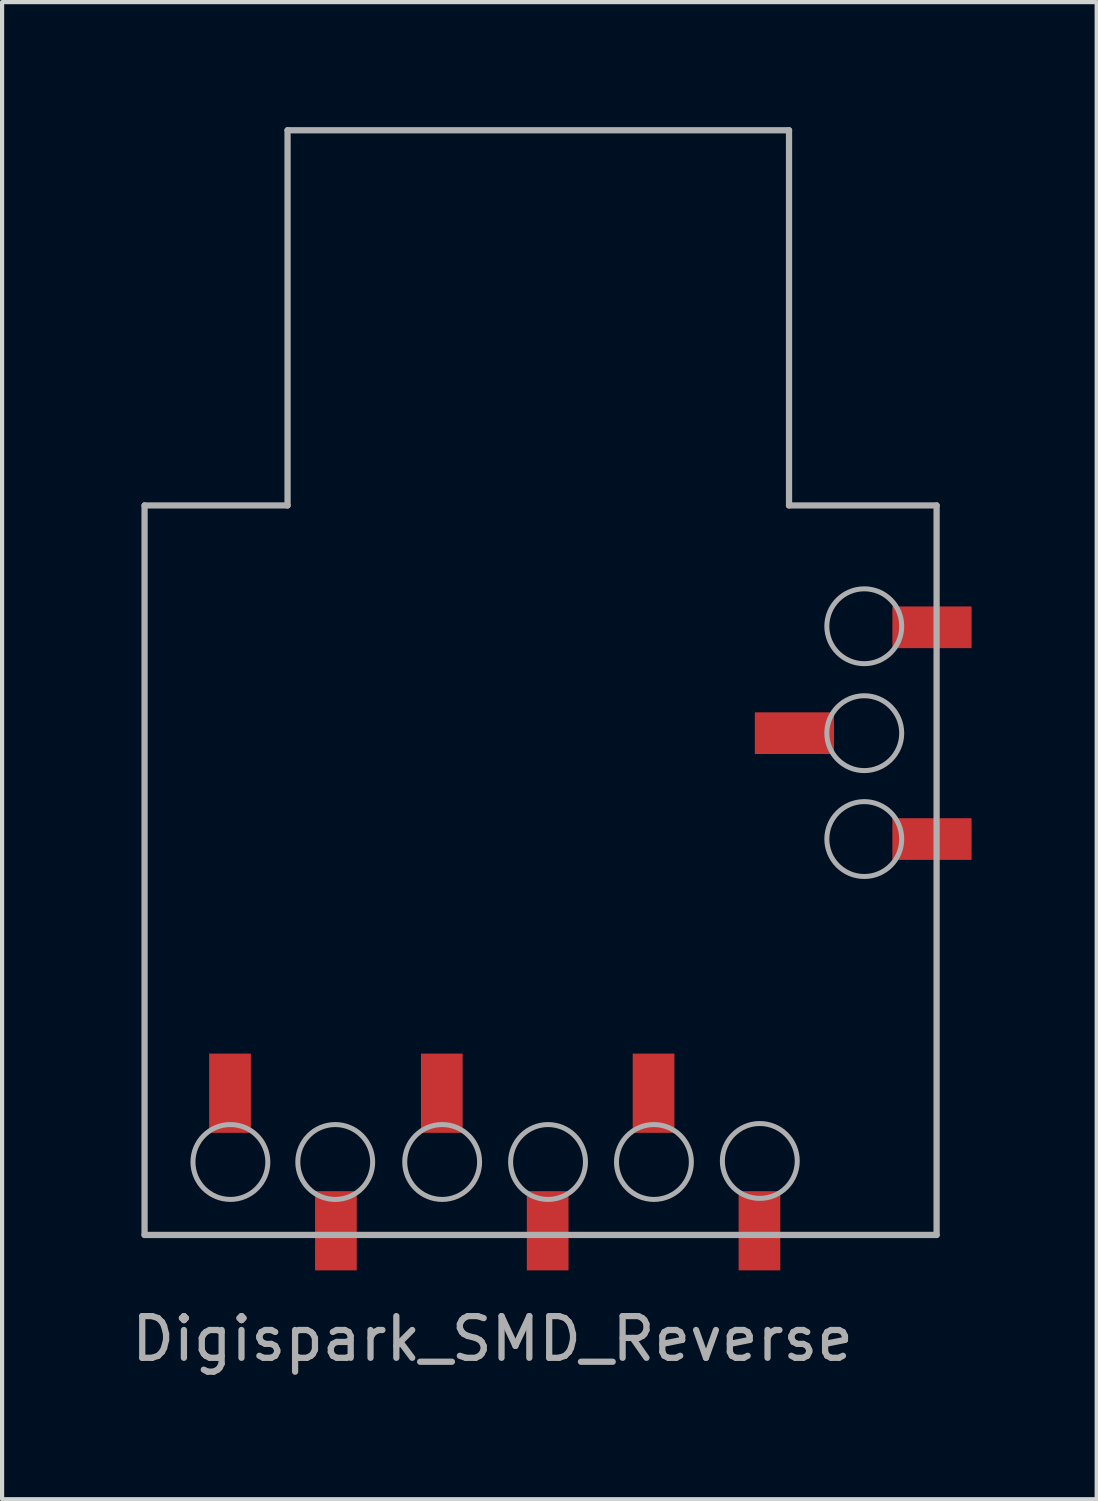
<source format=kicad_pcb>
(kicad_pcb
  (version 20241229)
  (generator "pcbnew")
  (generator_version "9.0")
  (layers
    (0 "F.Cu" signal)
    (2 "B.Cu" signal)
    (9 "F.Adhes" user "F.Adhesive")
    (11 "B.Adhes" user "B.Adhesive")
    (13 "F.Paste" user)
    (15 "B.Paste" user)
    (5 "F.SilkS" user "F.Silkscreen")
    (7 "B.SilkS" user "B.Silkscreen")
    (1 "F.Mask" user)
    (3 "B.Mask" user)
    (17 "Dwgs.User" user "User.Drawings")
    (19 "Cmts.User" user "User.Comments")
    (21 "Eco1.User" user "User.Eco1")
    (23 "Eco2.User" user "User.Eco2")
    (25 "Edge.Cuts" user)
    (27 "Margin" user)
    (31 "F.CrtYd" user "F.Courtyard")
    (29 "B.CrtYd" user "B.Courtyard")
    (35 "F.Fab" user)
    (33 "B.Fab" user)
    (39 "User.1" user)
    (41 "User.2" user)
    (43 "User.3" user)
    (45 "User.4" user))
  (footprint "Digispark_SMD_Reverse"
    (layer "F.Cu")
    (at 9.123 24.825)
    (property "Reference" "Digispark_SMD_Reverse" (at -0.356 4.242 180) (layer "F.Fab") (effects (font (size 1 1) (thickness 0.15))))
    (attr through_hole)
    (fp_line (start -8.705 -15.75) (end -8.705 1.75) (stroke (width 0.15) (type solid)) (layer "F.Fab"))
    (fp_line (start -5.275 -24.75) (end -5.275 -15.75) (stroke (width 0.15) (type solid)) (layer "F.Fab"))
    (fp_line (start -5.275 -24.75) (end 6.755 -24.75) (stroke (width 0.15) (type solid)) (layer "F.Fab"))
    (fp_line (start -5.275 -15.75) (end -8.705 -15.75) (stroke (width 0.15) (type solid)) (layer "F.Fab"))
    (fp_line (start 6.755 -24.75) (end 6.755 -15.75) (stroke (width 0.15) (type solid)) (layer "F.Fab"))
    (fp_line (start 6.755 -15.75) (end 10.295 -15.75) (stroke (width 0.15) (type solid)) (layer "F.Fab"))
    (fp_line (start 10.295 -15.75) (end 10.295 1.75) (stroke (width 0.15) (type solid)) (layer "F.Fab"))
    (fp_line (start 10.295 1.75) (end -8.705 1.75) (stroke (width 0.15) (type solid)) (layer "F.Fab"))
    (fp_circle (center -6.646 0) (end -7.544 0) (stroke (width 0.12) (type solid)) (fill no) (layer "F.Fab"))
    (fp_circle (center -4.131 0) (end -5.029 0) (stroke (width 0.12) (type solid)) (fill no) (layer "F.Fab"))
    (fp_circle (center -1.566 0) (end -2.464 0) (stroke (width 0.12) (type solid)) (fill no) (layer "F.Fab"))
    (fp_circle (center 0.974 0) (end 0.076 0) (stroke (width 0.12) (type solid)) (fill no) (layer "F.Fab"))
    (fp_circle (center 3.514 0) (end 2.616 0) (stroke (width 0.12) (type solid)) (fill no) (layer "F.Fab"))
    (fp_circle (center 6.054 -0.025) (end 5.156 -0.025) (stroke (width 0.12) (type solid)) (fill no) (layer "F.Fab"))
    (fp_circle (center 8.56 -12.852) (end 7.662 -12.852) (stroke (width 0.12) (type solid)) (fill no) (layer "F.Fab"))
    (fp_circle (center 8.56 -10.287) (end 7.662 -10.287) (stroke (width 0.12) (type solid)) (fill no) (layer "F.Fab"))
    (fp_circle (center 8.56 -7.747) (end 7.662 -7.747) (stroke (width 0.12) (type solid)) (fill no) (layer "F.Fab"))
    (pad "1" smd rect (at 6.045 1.65 90) (size 1.9 1) (layers "F.Cu" "F.Mask" "F.Paste"))
    (pad "2" smd rect (at 3.505 -1.65 90) (size 1.9 1) (layers "F.Cu" "F.Mask" "F.Paste"))
    (pad "3" smd rect (at 0.965 1.65 90) (size 1.9 1) (layers "F.Cu" "F.Mask" "F.Paste"))
    (pad "4" smd rect (at -1.575 -1.65 90) (size 1.9 1) (layers "F.Cu" "F.Mask" "F.Paste"))
    (pad "5" smd rect (at -4.115 1.65 90) (size 1.9 1) (layers "F.Cu" "F.Mask" "F.Paste"))
    (pad "6" smd rect (at -6.655 -1.65 90) (size 1.9 1) (layers "F.Cu" "F.Mask" "F.Paste"))
    (pad "7" smd rect (at 10.184 -7.747) (size 1.9 1) (layers "F.Cu" "F.Mask" "F.Paste"))
    (pad "8" smd rect (at 6.884 -10.287) (size 1.9 1) (layers "F.Cu" "F.Mask" "F.Paste"))
    (pad "9" smd rect (at 10.184 -12.827) (size 1.9 1) (layers "F.Cu" "F.Mask" "F.Paste")))
  (gr_rect
    (start -3 -3)
    (end 23.258 32.915)
    (stroke (width 0.1) (type default))
    (fill no)
    (layer "Edge.Cuts")))
</source>
